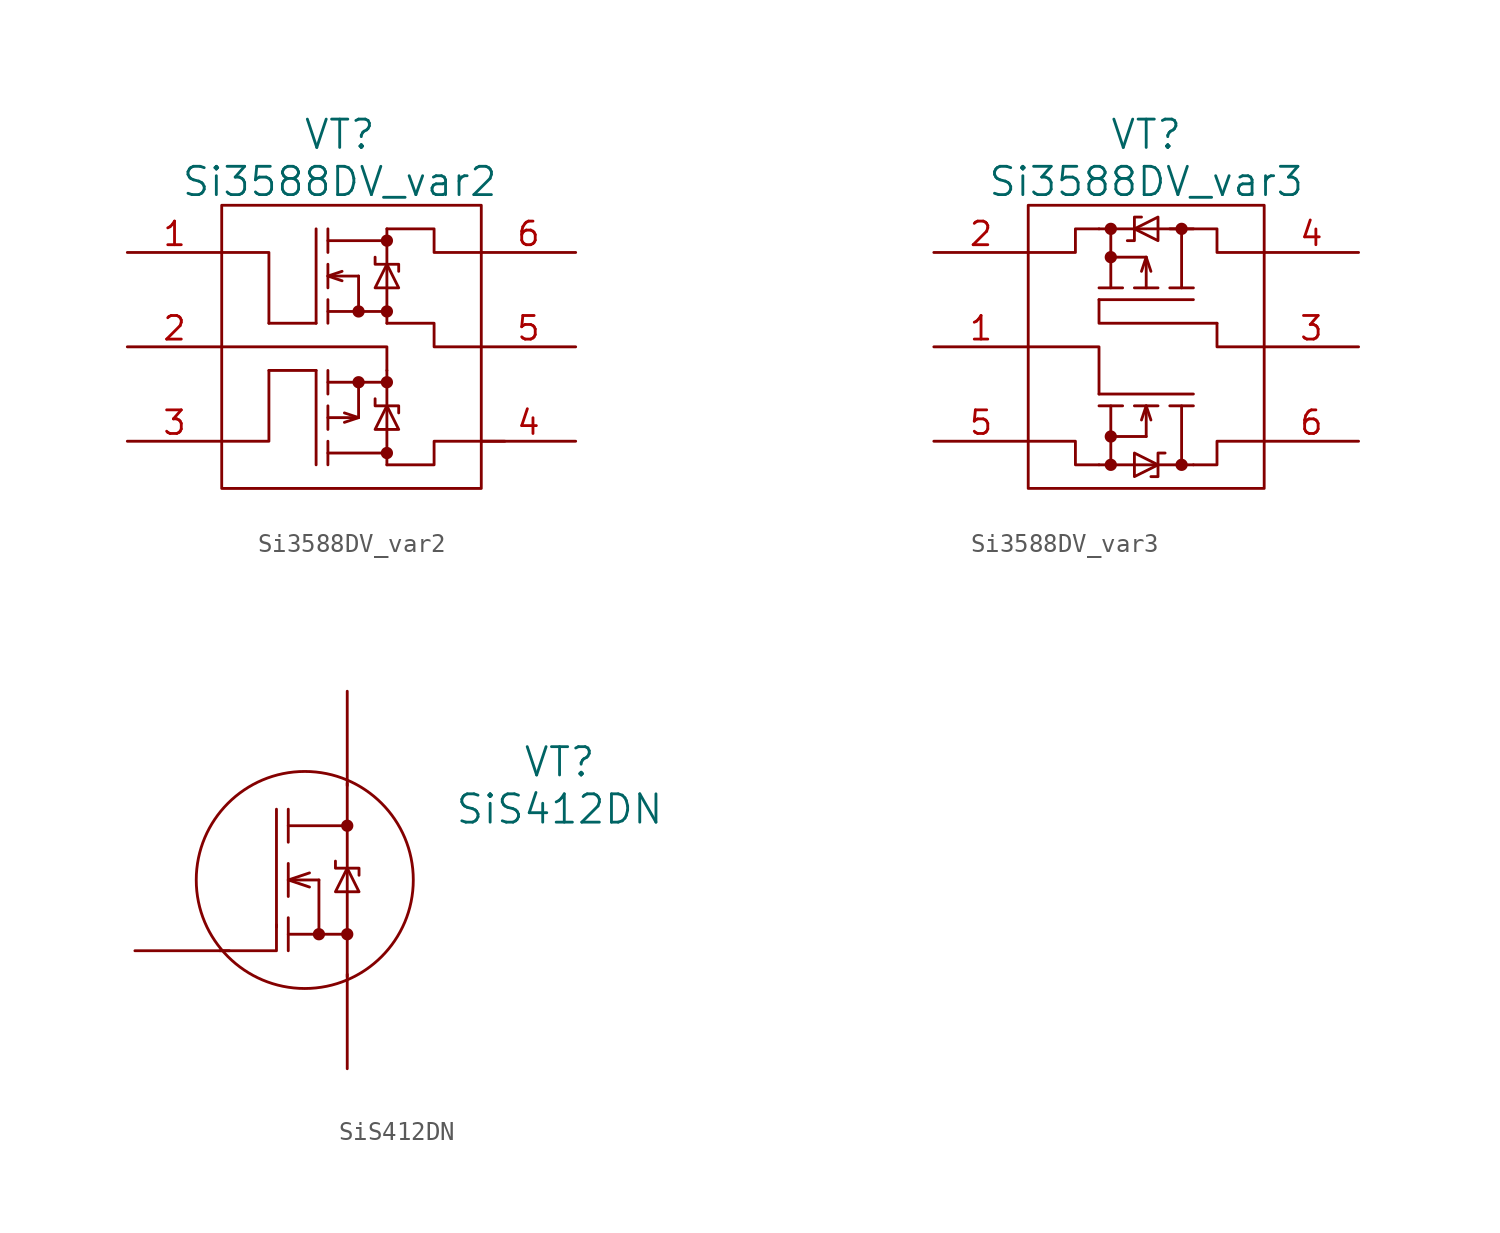
<source format=kicad_sym>
(kicad_symbol_lib
  (version 20220914)
  (generator kicad_symbol_editor)
  (symbol "Si3588DV_var2"
    (pin_names
      (offset 1.016) hide)
    (property "Reference" "VT"
      (at 0 11.43 0)
      (effects (font (size 1.524 1.524))))
    (property "Value" "Si3588DV_var2"
      (at 0 8.89 0)
      (effects (font (size 1.524 1.524))))
    (property "Datasheet" ""
      (at -11.43 5.08 0)
      (effects (font (size 1.524 1.524))))
    (symbol "Si3588DV_var2_0_0"
      (rectangle (start -6.35 7.62) (end 7.62 -7.62) (stroke (width 0) (type solid)) (fill (type none)))
      (polyline (pts (xy -0.635 -1.905) (xy 2.54 -1.905)) (stroke (width 0) (type solid)) (fill (type none)))
      (polyline (pts (xy -0.635 5.715) (xy 2.54 5.715)) (stroke (width 0) (type solid)) (fill (type none)))
      (polyline (pts (xy 1.016 -3.81) (xy -0.635 -3.81)) (stroke (width 0) (type solid)) (fill (type none)))
      (polyline (pts (xy 1.016 -3.81) (xy 1.016 -1.905)) (stroke (width 0) (type solid)) (fill (type none)))
      (polyline (pts (xy 1.016 3.81) (xy -0.635 3.81)) (stroke (width 0) (type solid)) (fill (type none)))
      (polyline (pts (xy 1.016 3.81) (xy 1.016 1.905)) (stroke (width 0) (type solid)) (fill (type none)))
      (polyline (pts (xy 2.54 -1.27) (xy 2.54 -6.35)) (stroke (width 0) (type solid)) (fill (type none)))
      (polyline (pts (xy 2.54 6.35) (xy 2.54 1.27)) (stroke (width 0) (type solid)) (fill (type none)))
      (polyline (pts (xy -6.35 -5.08) (xy -3.81 -5.08) (xy -3.81 -1.27)) (stroke (width 0) (type solid)) (fill (type none)))
      (polyline (pts (xy -3.81 -1.27) (xy -1.27 -1.27) (xy -1.27 -1.27)) (stroke (width 0) (type solid)) (fill (type none)))
      (polyline (pts (xy -1.27 -1.27) (xy -1.27 -6.35) (xy -1.27 -6.35)) (stroke (width 0) (type solid)) (fill (type none)))
      (polyline (pts (xy -1.27 1.27) (xy -1.27 6.35) (xy -1.27 6.35)) (stroke (width 0) (type solid)) (fill (type none)))
      (polyline (pts (xy -0.635 -5.715) (xy 2.54 -5.715) (xy 2.54 -5.715)) (stroke (width 0) (type solid)) (fill (type none)))
      (polyline (pts (xy -0.635 -5.08) (xy -0.635 -6.35) (xy -0.635 -6.35)) (stroke (width 0) (type solid)) (fill (type none)))
      (polyline (pts (xy -0.635 -3.175) (xy -0.635 -4.445) (xy -0.635 -4.445)) (stroke (width 0) (type solid)) (fill (type none)))
      (polyline (pts (xy -0.635 -1.27) (xy -0.635 -2.54) (xy -0.635 -2.54)) (stroke (width 0) (type solid)) (fill (type none)))
      (polyline (pts (xy -0.635 1.905) (xy 2.54 1.905) (xy 2.54 1.905)) (stroke (width 0) (type solid)) (fill (type none)))
      (polyline (pts (xy -0.635 2.54) (xy -0.635 1.27) (xy -0.635 1.27)) (stroke (width 0) (type solid)) (fill (type none)))
      (polyline (pts (xy -0.635 4.445) (xy -0.635 3.175) (xy -0.635 3.175)) (stroke (width 0) (type solid)) (fill (type none)))
      (polyline (pts (xy -0.635 6.35) (xy -0.635 5.08) (xy -0.635 5.08)) (stroke (width 0) (type solid)) (fill (type none)))
      (polyline (pts (xy 0.127 3.556) (xy -0.635 3.81) (xy 0.127 4.064)) (stroke (width 0) (type solid)) (fill (type none)))
      (polyline (pts (xy 0.254 -4.064) (xy 1.016 -3.81) (xy 0.254 -3.556)) (stroke (width 0) (type solid)) (fill (type none)))
      (polyline (pts (xy 2.54 -1.27) (xy 2.54 0) (xy -6.35 0)) (stroke (width 0) (type solid)) (fill (type none)))
      (polyline (pts (xy -3.81 1.27) (xy -2.54 1.27) (xy -1.27 1.27) (xy -1.27 1.27)) (stroke (width 0) (type solid)) (fill (type none)))
      (polyline (pts (xy 1.905 -2.794) (xy 1.905 -3.175) (xy 3.175 -3.175) (xy 3.175 -3.556)) (stroke (width 0) (type solid)) (fill (type none)))
      (polyline (pts (xy 1.905 4.826) (xy 1.905 4.445) (xy 3.175 4.445) (xy 3.175 4.064)) (stroke (width 0) (type solid)) (fill (type none)))
      (polyline (pts (xy 2.54 -6.35) (xy 5.08 -6.35) (xy 5.08 -5.08) (xy 8.89 -5.08)) (stroke (width 0) (type solid)) (fill (type none)))
      (polyline (pts (xy 2.54 -3.175) (xy 1.905 -4.445) (xy 3.175 -4.445) (xy 2.54 -3.175)) (stroke (width 0) (type solid)) (fill (type none)))
      (polyline (pts (xy 2.54 1.27) (xy 5.08 1.27) (xy 5.08 0) (xy 7.62 0)) (stroke (width 0) (type solid)) (fill (type none)))
      (polyline (pts (xy 2.54 4.445) (xy 1.905 3.175) (xy 3.175 3.175) (xy 2.54 4.445)) (stroke (width 0) (type solid)) (fill (type none)))
      (polyline (pts (xy 2.54 6.35) (xy 5.08 6.35) (xy 5.08 5.08) (xy 7.62 5.08)) (stroke (width 0) (type solid)) (fill (type none)))
      (polyline (pts (xy -6.35 5.08) (xy -3.81 5.08) (xy -3.81 1.27) (xy -3.81 2.54) (xy -3.81 1.27)) (stroke (width 0) (type solid)) (fill (type none)))
      (pin passive line (at -11.43 0 0) (length 5.08) (name "S2" (effects (font (size 1.27 1.27)))) (number "2" (effects (font (size 1.27 1.27)))))
      (pin passive line (at -11.43 -5.08 0) (length 5.08) (name "G2" (effects (font (size 1.27 1.27)))) (number "3" (effects (font (size 1.27 1.27)))))
      (pin passive line (at 12.7 -5.08 180) (length 5.08) (name "D2" (effects (font (size 1.27 1.27)))) (number "4" (effects (font (size 1.27 1.27)))))
      (pin passive line (at 12.7 0 180) (length 5.08) (name "S1" (effects (font (size 1.27 1.27)))) (number "5" (effects (font (size 1.27 1.27)))))
      (pin passive line (at 12.7 5.08 180) (length 5.08) (name "D1" (effects (font (size 1.27 1.27)))) (number "6" (effects (font (size 1.27 1.27))))))
    (symbol "Si3588DV_var2_1_0"
      (pin passive line (at -11.43 5.08 0) (length 5.08) (name "G1" (effects (font (size 1.27 1.27)))) (number "1" (effects (font (size 1.27 1.27))))))
    (symbol "Si3588DV_var2_1_1"
      (circle (center 1.016 -1.905) (radius 0.254) (stroke (width 0) (type solid)) (fill (type outline)))
      (circle (center 1.016 1.905) (radius 0.254) (stroke (width 0) (type solid)) (fill (type outline)))
      (circle (center 2.54 -5.715) (radius 0.254) (stroke (width 0) (type solid)) (fill (type outline)))
      (circle (center 2.54 -1.905) (radius 0.254) (stroke (width 0) (type solid)) (fill (type outline)))
      (circle (center 2.54 1.905) (radius 0.254) (stroke (width 0) (type solid)) (fill (type outline)))
      (circle (center 2.54 5.715) (radius 0.254) (stroke (width 0) (type solid)) (fill (type outline)))))
  (symbol "Si3588DV_var3"
    (pin_names
      (offset 1.016) hide)
    (property "Reference" "VT"
      (at 0 11.43 0)
      (effects (font (size 1.524 1.524))))
    (property "Value" "Si3588DV_var3"
      (at 0 8.89 0)
      (effects (font (size 1.524 1.524))))
    (property "Datasheet" ""
      (at -20.32 2.54 0)
      (effects (font (size 1.524 1.524))))
    (symbol "Si3588DV_var3_0_0"
      (rectangle (start -6.35 7.62) (end 6.35 -7.62) (stroke (width 0) (type solid)) (fill (type none))))
    (symbol "Si3588DV_var3_0_1"
      (polyline (pts (xy -2.54 6.35) (xy 2.54 6.35)) (stroke (width 0) (type solid)) (fill (type none)))
      (polyline (pts (xy -1.905 3.175) (xy -1.905 6.35)) (stroke (width 0) (type solid)) (fill (type none)))
      (polyline (pts (xy 0 -4.826) (xy -1.905 -4.826)) (stroke (width 0) (type solid)) (fill (type none)))
      (polyline (pts (xy 0 -4.826) (xy 0 -3.175)) (stroke (width 0) (type solid)) (fill (type none)))
      (polyline (pts (xy 0 4.826) (xy -1.905 4.826)) (stroke (width 0) (type solid)) (fill (type none)))
      (polyline (pts (xy 0 4.826) (xy 0 3.175)) (stroke (width 0) (type solid)) (fill (type none)))
      (polyline (pts (xy 1.905 -3.175) (xy 1.905 -6.35)) (stroke (width 0) (type solid)) (fill (type none)))
      (polyline (pts (xy 2.54 -6.35) (xy -2.54 -6.35)) (stroke (width 0) (type solid)) (fill (type none)))
      (polyline (pts (xy -2.54 -2.54) (xy -2.54 0) (xy -6.35 0)) (stroke (width 0) (type solid)) (fill (type none)))
      (polyline (pts (xy -2.54 -2.54) (xy 2.54 -2.54) (xy 2.54 -2.54)) (stroke (width 0) (type solid)) (fill (type none)))
      (polyline (pts (xy -2.54 2.54) (xy 2.54 2.54) (xy 2.54 2.54)) (stroke (width 0) (type solid)) (fill (type none)))
      (polyline (pts (xy -2.54 3.175) (xy -1.27 3.175) (xy -1.27 3.175)) (stroke (width 0) (type solid)) (fill (type none)))
      (polyline (pts (xy -1.905 -3.175) (xy -1.905 -6.35) (xy -1.905 -6.35)) (stroke (width 0) (type solid)) (fill (type none)))
      (polyline (pts (xy -1.27 -3.175) (xy -2.54 -3.175) (xy -2.54 -3.175)) (stroke (width 0) (type solid)) (fill (type none)))
      (polyline (pts (xy -0.635 3.175) (xy 0.635 3.175) (xy 0.635 3.175)) (stroke (width 0) (type solid)) (fill (type none)))
      (polyline (pts (xy -0.254 -3.937) (xy 0 -3.175) (xy 0.254 -3.937)) (stroke (width 0) (type solid)) (fill (type none)))
      (polyline (pts (xy 0.254 4.064) (xy 0 4.826) (xy -0.254 4.064)) (stroke (width 0) (type solid)) (fill (type none)))
      (polyline (pts (xy 0.635 -3.175) (xy -0.635 -3.175) (xy -0.635 -3.175)) (stroke (width 0) (type solid)) (fill (type none)))
      (polyline (pts (xy 1.27 3.175) (xy 2.54 3.175) (xy 2.54 3.175)) (stroke (width 0) (type solid)) (fill (type none)))
      (polyline (pts (xy 1.905 3.175) (xy 1.905 6.35) (xy 1.905 6.35)) (stroke (width 0) (type solid)) (fill (type none)))
      (polyline (pts (xy 2.54 -3.175) (xy 1.27 -3.175) (xy 1.27 -3.175)) (stroke (width 0) (type solid)) (fill (type none)))
      (polyline (pts (xy 3.81 1.27) (xy -2.54 1.27) (xy -2.54 2.54)) (stroke (width 0) (type solid)) (fill (type none)))
      (polyline (pts (xy 3.81 1.27) (xy 3.81 0) (xy 6.35 0)) (stroke (width 0) (type solid)) (fill (type none)))
      (polyline (pts (xy -2.54 -6.35) (xy -3.81 -6.35) (xy -3.81 -5.08) (xy -6.35 -5.08)) (stroke (width 0) (type solid)) (fill (type none)))
      (polyline (pts (xy -2.54 6.35) (xy -3.81 6.35) (xy -3.81 5.08) (xy -6.35 5.08)) (stroke (width 0) (type solid)) (fill (type none)))
      (polyline (pts (xy -1.016 5.715) (xy -0.635 5.715) (xy -0.635 6.985) (xy -0.254 6.985)) (stroke (width 0) (type solid)) (fill (type none)))
      (polyline (pts (xy -0.635 6.35) (xy 0.635 5.715) (xy 0.635 6.985) (xy -0.635 6.35)) (stroke (width 0) (type solid)) (fill (type none)))
      (polyline (pts (xy 0.635 -6.35) (xy -0.635 -5.715) (xy -0.635 -6.985) (xy 0.635 -6.35)) (stroke (width 0) (type solid)) (fill (type none)))
      (polyline (pts (xy 1.016 -5.715) (xy 0.635 -5.715) (xy 0.635 -6.985) (xy 0.254 -6.985)) (stroke (width 0) (type solid)) (fill (type none)))
      (polyline (pts (xy 1.27 6.35) (xy 3.81 6.35) (xy 3.81 5.08) (xy 6.35 5.08)) (stroke (width 0) (type solid)) (fill (type none)))
      (polyline (pts (xy 2.54 -6.35) (xy 3.81 -6.35) (xy 3.81 -5.08) (xy 6.35 -5.08)) (stroke (width 0) (type solid)) (fill (type none))))
    (symbol "Si3588DV_var3_1_1"
      (circle (center -1.905 -6.35) (radius 0.254) (stroke (width 0) (type solid)) (fill (type outline)))
      (circle (center -1.905 -4.826) (radius 0.254) (stroke (width 0) (type solid)) (fill (type outline)))
      (circle (center -1.905 4.826) (radius 0.254) (stroke (width 0) (type solid)) (fill (type outline)))
      (circle (center -1.905 6.35) (radius 0.254) (stroke (width 0) (type solid)) (fill (type outline)))
      (circle (center 1.905 -6.35) (radius 0.254) (stroke (width 0) (type solid)) (fill (type outline)))
      (circle (center 1.905 6.35) (radius 0.254) (stroke (width 0) (type solid)) (fill (type outline)))
      (pin passive line (at -11.43 0 0) (length 5.08) (name "G1" (effects (font (size 1.27 1.27)))) (number "1" (effects (font (size 1.27 1.27)))))
      (pin passive line (at -11.43 5.08 0) (length 5.08) (name "S2" (effects (font (size 1.27 1.27)))) (number "2" (effects (font (size 1.27 1.27)))))
      (pin passive line (at 11.43 0 180) (length 5.08) (name "G2" (effects (font (size 1.27 1.27)))) (number "3" (effects (font (size 1.27 1.27)))))
      (pin passive line (at 11.43 5.08 180) (length 5.08) (name "D2" (effects (font (size 1.27 1.27)))) (number "4" (effects (font (size 1.27 1.27)))))
      (pin passive line (at -11.43 -5.08 0) (length 5.08) (name "S1" (effects (font (size 1.27 1.27)))) (number "5" (effects (font (size 1.27 1.27)))))
      (pin passive line (at 11.43 -5.08 180) (length 5.08) (name "D1" (effects (font (size 1.27 1.27)))) (number "6" (effects (font (size 1.27 1.27)))))))
  (symbol "SiS412DN"
    (pin_numbers hide)
    (pin_names
      (offset 1.016) hide)
    (property "Reference" "VT"
      (at 13.97 6.35 0)
      (effects (font (size 1.524 1.524))))
    (property "Value" "SiS412DN"
      (at 13.97 3.81 0)
      (effects (font (size 1.524 1.524))))
    (property "Datasheet" ""
      (at -8.89 -3.81 0)
      (effects (font (size 1.524 1.524))))
    (symbol "SiS412DN_0_1"
      (polyline (pts (xy -0.635 0.889) (xy -0.635 -0.889)) (stroke (width 0) (type solid)) (fill (type none)))
      (polyline (pts (xy -0.635 2.921) (xy 2.54 2.921)) (stroke (width 0) (type solid)) (fill (type none)))
      (polyline (pts (xy 1.016 -2.921) (xy 1.016 0)) (stroke (width 0) (type solid)) (fill (type none)))
      (polyline (pts (xy 1.016 0) (xy -0.635 0)) (stroke (width 0) (type solid)) (fill (type none)))
      (polyline (pts (xy 2.54 5.207) (xy 2.54 -5.207)) (stroke (width 0) (type solid)) (fill (type none)))
      (polyline (pts (xy -4.318 -3.81) (xy -1.27 -3.81) (xy -1.27 -2.413)) (stroke (width 0) (type solid)) (fill (type none)))
      (polyline (pts (xy -1.27 3.81) (xy -1.27 -2.54) (xy -1.27 -2.54)) (stroke (width 0) (type solid)) (fill (type none)))
      (polyline (pts (xy -0.635 -2.921) (xy 2.54 -2.921) (xy 2.54 -2.921)) (stroke (width 0) (type solid)) (fill (type none)))
      (polyline (pts (xy -0.635 -2.032) (xy -0.635 -3.175) (xy -0.635 -3.81)) (stroke (width 0) (type solid)) (fill (type none)))
      (polyline (pts (xy -0.635 3.81) (xy -0.635 2.413) (xy -0.635 2.032)) (stroke (width 0) (type solid)) (fill (type none)))
      (polyline (pts (xy 0.508 -0.381) (xy -0.635 0) (xy 0.508 0.381)) (stroke (width 0) (type solid)) (fill (type none)))
      (polyline (pts (xy 1.905 1.016) (xy 1.905 0.635) (xy 3.175 0.635) (xy 3.175 0.254)) (stroke (width 0) (type solid)) (fill (type none)))
      (polyline (pts (xy 2.54 0.635) (xy 1.905 -0.635) (xy 3.175 -0.635) (xy 2.54 0.635)) (stroke (width 0) (type solid)) (fill (type none)))
      (circle (center 0.254 0) (radius 5.842) (stroke (width 0) (type solid)) (fill (type none))))
    (symbol "SiS412DN_1_1"
      (circle (center 1.016 -2.921) (radius 0.254) (stroke (width 0) (type solid)) (fill (type outline)))
      (circle (center 2.54 -2.921) (radius 0.254) (stroke (width 0) (type solid)) (fill (type outline)))
      (circle (center 2.54 2.921) (radius 0.254) (stroke (width 0) (type solid)) (fill (type outline)))
      (pin passive line (at 2.54 10.16 270) (length 5.08) (name "D" (effects (font (size 1.27 1.27)))) (number "D" (effects (font (size 1.27 1.27)))))
      (pin passive line (at -8.89 -3.81 0) (length 5.08) (name "G" (effects (font (size 1.27 1.27)))) (number "G" (effects (font (size 1.27 1.27)))))
      (pin passive line (at 2.54 -10.16 90) (length 5.08) (name "S" (effects (font (size 1.27 1.27)))) (number "S" (effects (font (size 1.27 1.27))))))))
</source>
